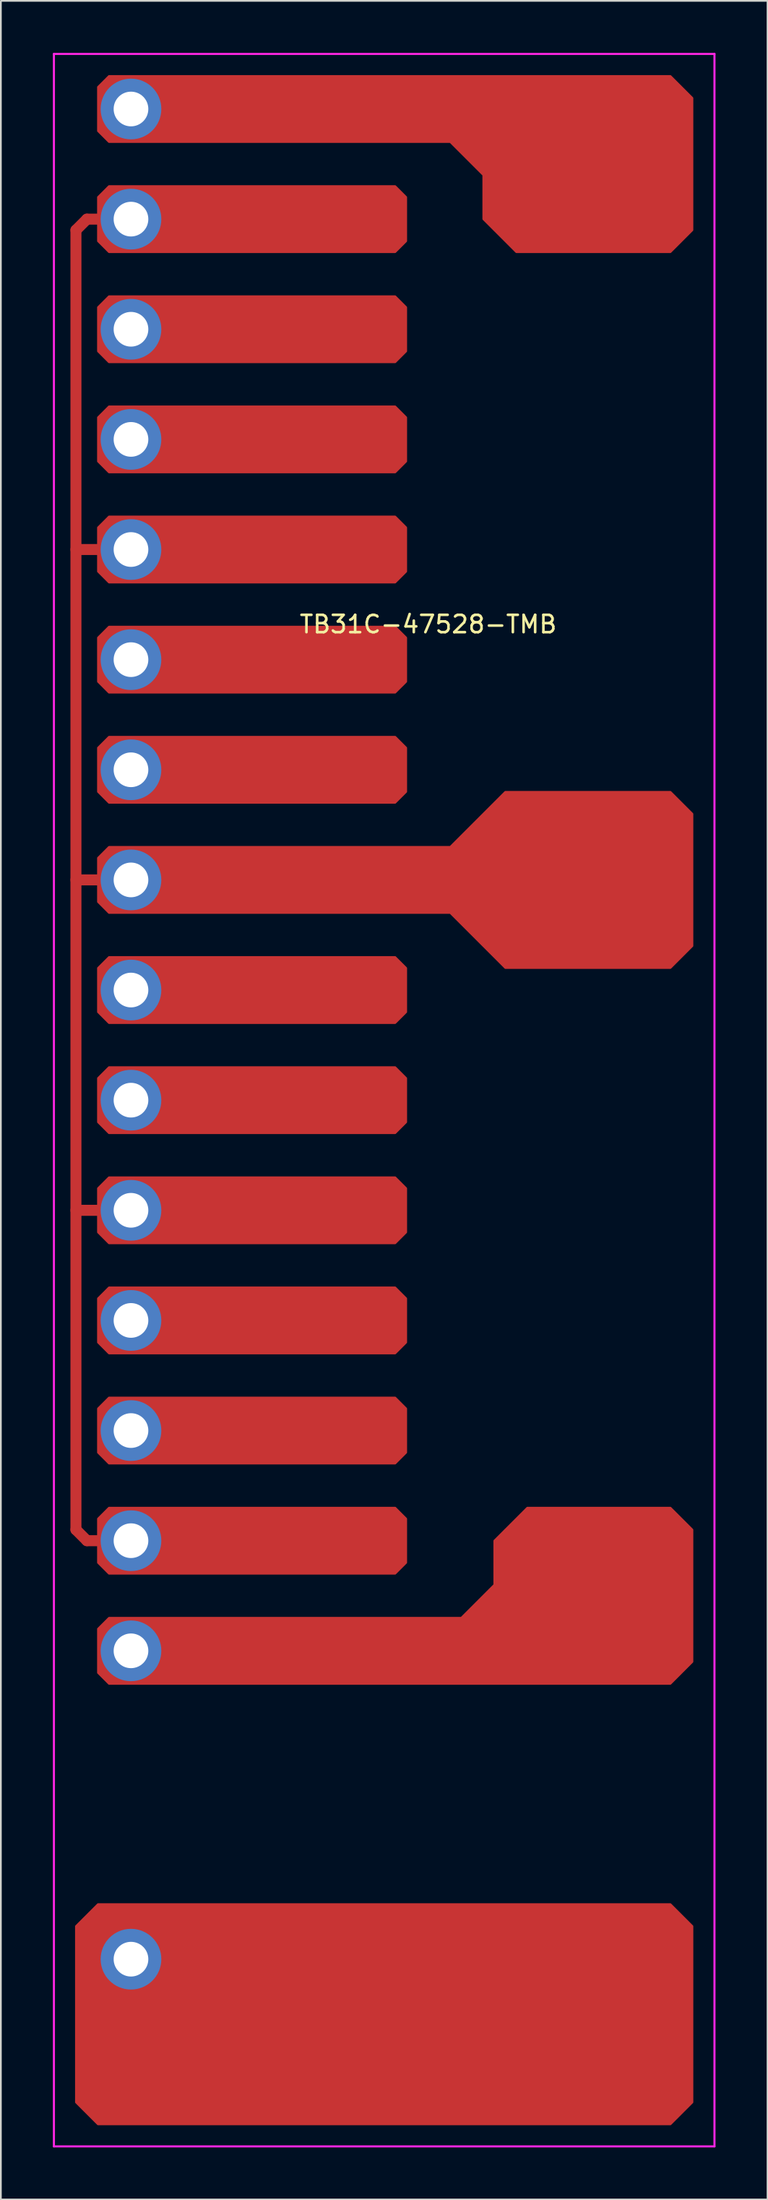
<source format=kicad_pcb>
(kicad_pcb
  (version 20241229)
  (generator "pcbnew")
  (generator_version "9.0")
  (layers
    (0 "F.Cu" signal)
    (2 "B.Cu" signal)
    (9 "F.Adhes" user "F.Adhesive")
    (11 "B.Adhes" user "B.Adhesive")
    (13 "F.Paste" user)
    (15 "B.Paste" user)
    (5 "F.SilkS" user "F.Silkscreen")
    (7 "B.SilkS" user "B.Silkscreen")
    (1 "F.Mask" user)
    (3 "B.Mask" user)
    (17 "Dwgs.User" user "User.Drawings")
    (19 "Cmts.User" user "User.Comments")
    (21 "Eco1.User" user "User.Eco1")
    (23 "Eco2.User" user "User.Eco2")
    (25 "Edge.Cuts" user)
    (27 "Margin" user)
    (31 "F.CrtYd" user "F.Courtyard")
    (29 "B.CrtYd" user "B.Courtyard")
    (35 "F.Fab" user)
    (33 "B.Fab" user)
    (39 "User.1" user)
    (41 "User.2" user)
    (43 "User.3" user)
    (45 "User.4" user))
  (footprint "TB31C-47528-TMB"
    (layer "F.Cu")
    (at 15.3 48.32)
    (property "Reference" "TB31C-47528-TMB" (at 6.35 -15.375 0) (layer "F.SilkS") (effects (font (size 1 1) (thickness 0.15))))
    (attr through_hole)
    (fp_line (start -13.97 -38.1) (end -13.97 36.83) (stroke (width 0.635) (type solid)) (layer "F.Cu"))
    (fp_line (start -13.97 -38.1) (end -13.335 -38.735) (stroke (width 0.635) (type solid)) (layer "F.Cu"))
    (fp_line (start -13.97 -19.685) (end -12.065 -19.685) (stroke (width 0.635) (type solid)) (layer "F.Cu"))
    (fp_line (start -13.97 -0.635) (end -12.065 -0.635) (stroke (width 0.635) (type solid)) (layer "F.Cu"))
    (fp_line (start -13.97 18.415) (end -12.065 18.415) (stroke (width 0.635) (type solid)) (layer "F.Cu"))
    (fp_line (start -13.97 36.83) (end -13.335 37.465) (stroke (width 0.635) (type solid)) (layer "F.Cu"))
    (fp_line (start -13.335 -38.735) (end -12.065 -38.735) (stroke (width 0.635) (type solid)) (layer "F.Cu"))
    (fp_line (start -13.335 37.465) (end -12.065 37.465) (stroke (width 0.635) (type solid)) (layer "F.Cu"))
    (fp_poly (pts (xy 5.08 -40.005) (xy 5.08 -37.465) (xy 4.445 -36.83) (xy -12.065 -36.83) (xy -12.7 -37.465) (xy -12.7 -40.005) (xy -12.065 -40.64) (xy 4.445 -40.64)) (stroke (width 0.1) (type solid)) (fill yes) (layer "F.Cu"))
    (fp_poly (pts (xy 5.08 -33.655) (xy 5.08 -31.115) (xy 4.445 -30.48) (xy -12.065 -30.48) (xy -12.7 -31.115) (xy -12.7 -33.655) (xy -12.065 -34.29) (xy 4.445 -34.29)) (stroke (width 0.1) (type solid)) (fill yes) (layer "F.Cu"))
    (fp_poly (pts (xy 5.08 -27.305) (xy 5.08 -24.765) (xy 4.445 -24.13) (xy -12.065 -24.13) (xy -12.7 -24.765) (xy -12.7 -27.305) (xy -12.065 -27.94) (xy 4.445 -27.94)) (stroke (width 0.1) (type solid)) (fill yes) (layer "F.Cu"))
    (fp_poly (pts (xy 5.08 -20.955) (xy 5.08 -18.415) (xy 4.445 -17.78) (xy -12.065 -17.78) (xy -12.7 -18.415) (xy -12.7 -20.955) (xy -12.065 -21.59) (xy 4.445 -21.59)) (stroke (width 0.1) (type solid)) (fill yes) (layer "F.Cu"))
    (fp_poly (pts (xy 5.08 -14.605) (xy 5.08 -12.065) (xy 4.445 -11.43) (xy -12.065 -11.43) (xy -12.7 -12.065) (xy -12.7 -14.605) (xy -12.065 -15.24) (xy 4.445 -15.24)) (stroke (width 0.1) (type solid)) (fill yes) (layer "F.Cu"))
    (fp_poly (pts (xy 5.08 -8.255) (xy 5.08 -5.715) (xy 4.445 -5.08) (xy -12.065 -5.08) (xy -12.7 -5.715) (xy -12.7 -8.255) (xy -12.065 -8.89) (xy 4.445 -8.89)) (stroke (width 0.1) (type solid)) (fill yes) (layer "F.Cu"))
    (fp_poly (pts (xy 5.08 4.445) (xy 5.08 6.985) (xy 4.445 7.62) (xy -12.065 7.62) (xy -12.7 6.985) (xy -12.7 4.445) (xy -12.065 3.81) (xy 4.445 3.81)) (stroke (width 0.1) (type solid)) (fill yes) (layer "F.Cu"))
    (fp_poly (pts (xy 5.08 10.795) (xy 5.08 13.335) (xy 4.445 13.97) (xy -12.065 13.97) (xy -12.7 13.335) (xy -12.7 10.795) (xy -12.065 10.16) (xy 4.445 10.16)) (stroke (width 0.1) (type solid)) (fill yes) (layer "F.Cu"))
    (fp_poly (pts (xy 5.08 17.145) (xy 5.08 19.685) (xy 4.445 20.32) (xy -12.065 20.32) (xy -12.7 19.685) (xy -12.7 17.145) (xy -12.065 16.51) (xy 4.445 16.51)) (stroke (width 0.1) (type solid)) (fill yes) (layer "F.Cu"))
    (fp_poly (pts (xy 5.08 23.495) (xy 5.08 26.035) (xy 4.445 26.67) (xy -12.065 26.67) (xy -12.7 26.035) (xy -12.7 23.495) (xy -12.065 22.86) (xy 4.445 22.86)) (stroke (width 0.1) (type solid)) (fill yes) (layer "F.Cu"))
    (fp_poly (pts (xy 5.08 29.845) (xy 5.08 32.385) (xy 4.445 33.02) (xy -12.065 33.02) (xy -12.7 32.385) (xy -12.7 29.845) (xy -12.065 29.21) (xy 4.445 29.21)) (stroke (width 0.1) (type solid)) (fill yes) (layer "F.Cu"))
    (fp_poly (pts (xy 5.08 36.195) (xy 5.08 38.735) (xy 4.445 39.37) (xy -12.065 39.37) (xy -12.7 38.735) (xy -12.7 36.195) (xy -12.065 35.56) (xy 4.445 35.56)) (stroke (width 0.1) (type solid)) (fill yes) (layer "F.Cu"))
    (fp_poly (pts (xy 21.59 59.69) (xy 21.59 69.85) (xy 20.32 71.12) (xy -12.7 71.12) (xy -13.97 69.85) (xy -13.97 59.69) (xy -12.7 58.42) (xy 20.32 58.42)) (stroke (width 0.1) (type solid)) (fill yes) (layer "F.Cu"))
    (fp_poly (pts (xy 21.59 -45.72) (xy 21.59 -38.1) (xy 20.32 -36.83) (xy 11.43 -36.83) (xy 9.525 -38.735) (xy 9.525 -41.275) (xy 7.62 -43.18) (xy -12.065 -43.18) (xy -12.7 -43.815) (xy -12.7 -46.355) (xy -12.065 -46.99) (xy 20.32 -46.99)) (stroke (width 0.1) (type solid)) (fill yes) (layer "F.Cu"))
    (fp_poly (pts (xy 21.59 -4.445) (xy 21.59 3.175) (xy 20.32 4.445) (xy 10.795 4.445) (xy 7.62 1.27) (xy -12.065 1.27) (xy -12.7 0.635) (xy -12.7 -1.905) (xy -12.065 -2.54) (xy 7.62 -2.54) (xy 10.795 -5.715) (xy 20.32 -5.715)) (stroke (width 0.1) (type solid)) (fill yes) (layer "F.Cu"))
    (fp_poly (pts (xy 21.59 36.83) (xy 21.59 44.45) (xy 20.32 45.72) (xy -12.065 45.72) (xy -12.7 45.085) (xy -12.7 42.545) (xy -12.065 41.91) (xy 8.255 41.91) (xy 10.16 40.005) (xy 10.16 37.465) (xy 12.065 35.56) (xy 20.32 35.56)) (stroke (width 0.1) (type solid)) (fill yes) (layer "F.Cu"))
    (fp_poly (pts (xy 4.889 -39.941) (xy 4.889 -37.529) (xy 4.381 -37.02) (xy -12.002 -37.02) (xy -12.509 -37.529) (xy -12.509 -39.941) (xy -12.002 -40.45) (xy 4.381 -40.45)) (stroke (width 0.1) (type solid)) (fill yes) (layer "F.Mask"))
    (fp_poly (pts (xy 4.889 -33.592) (xy 4.889 -31.178) (xy 4.381 -30.671) (xy -12.002 -30.671) (xy -12.509 -31.178) (xy -12.509 -33.592) (xy -12.002 -34.099) (xy 4.381 -34.099)) (stroke (width 0.1) (type solid)) (fill yes) (layer "F.Mask"))
    (fp_poly (pts (xy 4.889 -27.241) (xy 4.889 -24.828) (xy 4.381 -24.32) (xy -12.002 -24.32) (xy -12.509 -24.828) (xy -12.509 -27.241) (xy -12.002 -27.75) (xy 4.381 -27.75)) (stroke (width 0.1) (type solid)) (fill yes) (layer "F.Mask"))
    (fp_poly (pts (xy 4.889 -20.892) (xy 4.889 -18.479) (xy 4.381 -17.971) (xy -12.002 -17.971) (xy -12.509 -18.479) (xy -12.509 -20.892) (xy -12.002 -21.399) (xy 4.381 -21.399)) (stroke (width 0.1) (type solid)) (fill yes) (layer "F.Mask"))
    (fp_poly (pts (xy 4.889 -14.541) (xy 4.889 -12.129) (xy 4.381 -11.62) (xy -12.002 -11.62) (xy -12.509 -12.129) (xy -12.509 -14.541) (xy -12.002 -15.05) (xy 4.381 -15.05)) (stroke (width 0.1) (type solid)) (fill yes) (layer "F.Mask"))
    (fp_poly (pts (xy 4.889 -8.191) (xy 4.889 -5.779) (xy 4.381 -5.271) (xy -12.002 -5.271) (xy -12.509 -5.779) (xy -12.509 -8.191) (xy -12.002 -8.7) (xy 4.381 -8.7)) (stroke (width 0.1) (type solid)) (fill yes) (layer "F.Mask"))
    (fp_poly (pts (xy 4.889 4.508) (xy 4.889 6.921) (xy 4.381 7.429) (xy -12.002 7.429) (xy -12.509 6.921) (xy -12.509 4.508) (xy -12.002 4) (xy 4.381 4)) (stroke (width 0.1) (type solid)) (fill yes) (layer "F.Mask"))
    (fp_poly (pts (xy 4.889 10.858) (xy 4.889 13.271) (xy 4.381 13.78) (xy -12.002 13.78) (xy -12.509 13.271) (xy -12.509 10.858) (xy -12.002 10.351) (xy 4.381 10.351)) (stroke (width 0.1) (type solid)) (fill yes) (layer "F.Mask"))
    (fp_poly (pts (xy 4.889 17.209) (xy 4.889 19.622) (xy 4.381 20.13) (xy -12.002 20.13) (xy -12.509 19.622) (xy -12.509 17.209) (xy -12.002 16.701) (xy 4.381 16.701)) (stroke (width 0.1) (type solid)) (fill yes) (layer "F.Mask"))
    (fp_poly (pts (xy 4.889 23.558) (xy 4.889 25.971) (xy 4.381 26.48) (xy -12.002 26.48) (xy -12.509 25.971) (xy -12.509 23.558) (xy -12.002 23.05) (xy 4.381 23.05)) (stroke (width 0.1) (type solid)) (fill yes) (layer "F.Mask"))
    (fp_poly (pts (xy 4.889 29.909) (xy 4.889 32.322) (xy 4.381 32.83) (xy -12.002 32.83) (xy -12.509 32.322) (xy -12.509 29.909) (xy -12.002 29.401) (xy 4.381 29.401)) (stroke (width 0.1) (type solid)) (fill yes) (layer "F.Mask"))
    (fp_poly (pts (xy 4.889 36.258) (xy 4.889 38.672) (xy 4.381 39.179) (xy -12.002 39.179) (xy -12.509 38.672) (xy -12.509 36.258) (xy -12.002 35.751) (xy 4.381 35.751)) (stroke (width 0.1) (type solid)) (fill yes) (layer "F.Mask"))
    (fp_poly (pts (xy 21.399 59.754) (xy 21.399 69.787) (xy 20.256 70.93) (xy -12.636 70.93) (xy -13.78 69.787) (xy -13.78 59.754) (xy -12.636 58.611) (xy 20.256 58.611)) (stroke (width 0.1) (type solid)) (fill yes) (layer "F.Mask"))
    (fp_poly (pts (xy 21.399 -45.657) (xy 21.399 -38.163) (xy 20.256 -37.02) (xy 11.493 -37.02) (xy 9.716 -38.798) (xy 9.716 -41.339) (xy 7.684 -43.37) (xy -12.002 -43.37) (xy -12.509 -43.879) (xy -12.509 -46.291) (xy -12.002 -46.8) (xy 20.256 -46.8)) (stroke (width 0.1) (type solid)) (fill yes) (layer "F.Mask"))
    (fp_poly (pts (xy 21.399 -4.381) (xy 21.399 3.111) (xy 20.256 4.255) (xy 10.858 4.255) (xy 7.684 1.079) (xy -12.002 1.079) (xy -12.509 0.572) (xy -12.509 -1.841) (xy -12.002 -2.349) (xy 7.684 -2.349) (xy 10.858 -5.524) (xy 20.256 -5.524)) (stroke (width 0.1) (type solid)) (fill yes) (layer "F.Mask"))
    (fp_poly (pts (xy 21.399 36.894) (xy 21.399 44.386) (xy 20.256 45.529) (xy -12.002 45.529) (xy -12.509 45.022) (xy -12.509 42.608) (xy -12.002 42.1) (xy 8.319 42.1) (xy 10.351 40.069) (xy 10.351 37.529) (xy 12.129 35.751) (xy 20.256 35.751)) (stroke (width 0.1) (type solid)) (fill yes) (layer "F.Mask"))
    (fp_line (start -15.24 -48.26) (end -15.24 72.39) (stroke (width 0.12) (type solid)) (layer "F.CrtYd"))
    (fp_line (start -15.24 72.39) (end 22.86 72.39) (stroke (width 0.12) (type solid)) (layer "F.CrtYd"))
    (fp_line (start 22.86 -48.26) (end -15.24 -48.26) (stroke (width 0.12) (type solid)) (layer "F.CrtYd"))
    (fp_line (start 22.86 72.39) (end 22.86 -48.26) (stroke (width 0.12) (type solid)) (layer "F.CrtYd"))
    (pad "1" thru_hole circle (at -10.795 -32.385) (size 3.5 3.5) (drill 2) (layers "*.Cu" "B.Mask"))
    (pad "1" thru_hole circle (at -10.795 -13.335) (size 3.5 3.5) (drill 2) (layers "*.Cu" "B.Mask"))
    (pad "1" thru_hole circle (at -10.795 5.715) (size 3.5 3.5) (drill 2) (layers "*.Cu" "B.Mask"))
    (pad "1" thru_hole circle (at -10.795 24.765) (size 3.5 3.5) (drill 2) (layers "*.Cu" "B.Mask"))
    (pad "1" thru_hole circle (at -10.795 43.815) (size 3.5 3.5) (drill 2) (layers "*.Cu" "B.Mask"))
    (pad "2" thru_hole circle (at -10.795 -38.735) (size 3.5 3.5) (drill 2) (layers "*.Cu" "B.Mask"))
    (pad "2" thru_hole circle (at -10.795 -19.685) (size 3.5 3.5) (drill 2) (layers "*.Cu" "B.Mask"))
    (pad "2" thru_hole circle (at -10.795 -0.635) (size 3.5 3.5) (drill 2) (layers "*.Cu" "B.Mask"))
    (pad "2" thru_hole circle (at -10.795 18.415) (size 3.5 3.5) (drill 2) (layers "*.Cu" "B.Mask"))
    (pad "2" thru_hole circle (at -10.795 37.465) (size 3.5 3.5) (drill 2) (layers "*.Cu" "B.Mask"))
    (pad "3" thru_hole circle (at -10.795 -45.085) (size 3.5 3.5) (drill 2) (layers "*.Cu" "B.Mask"))
    (pad "3" thru_hole circle (at -10.795 -26.035) (size 3.5 3.5) (drill 2) (layers "*.Cu" "B.Mask"))
    (pad "3" thru_hole circle (at -10.795 -6.985) (size 3.5 3.5) (drill 2) (layers "*.Cu" "B.Mask"))
    (pad "3" thru_hole circle (at -10.795 12.065) (size 3.5 3.5) (drill 2) (layers "*.Cu" "B.Mask"))
    (pad "3" thru_hole circle (at -10.795 31.115) (size 3.5 3.5) (drill 2) (layers "*.Cu" "B.Mask"))
    (pad "4" thru_hole circle (at -10.795 61.595) (size 3.5 3.5) (drill 2) (layers "*.Cu" "B.Mask")))
  (gr_rect
    (start -3 -3)
    (end 41.22 123.77)
    (stroke (width 0.1) (type default))
    (fill no)
    (layer "Edge.Cuts")))
</source>
